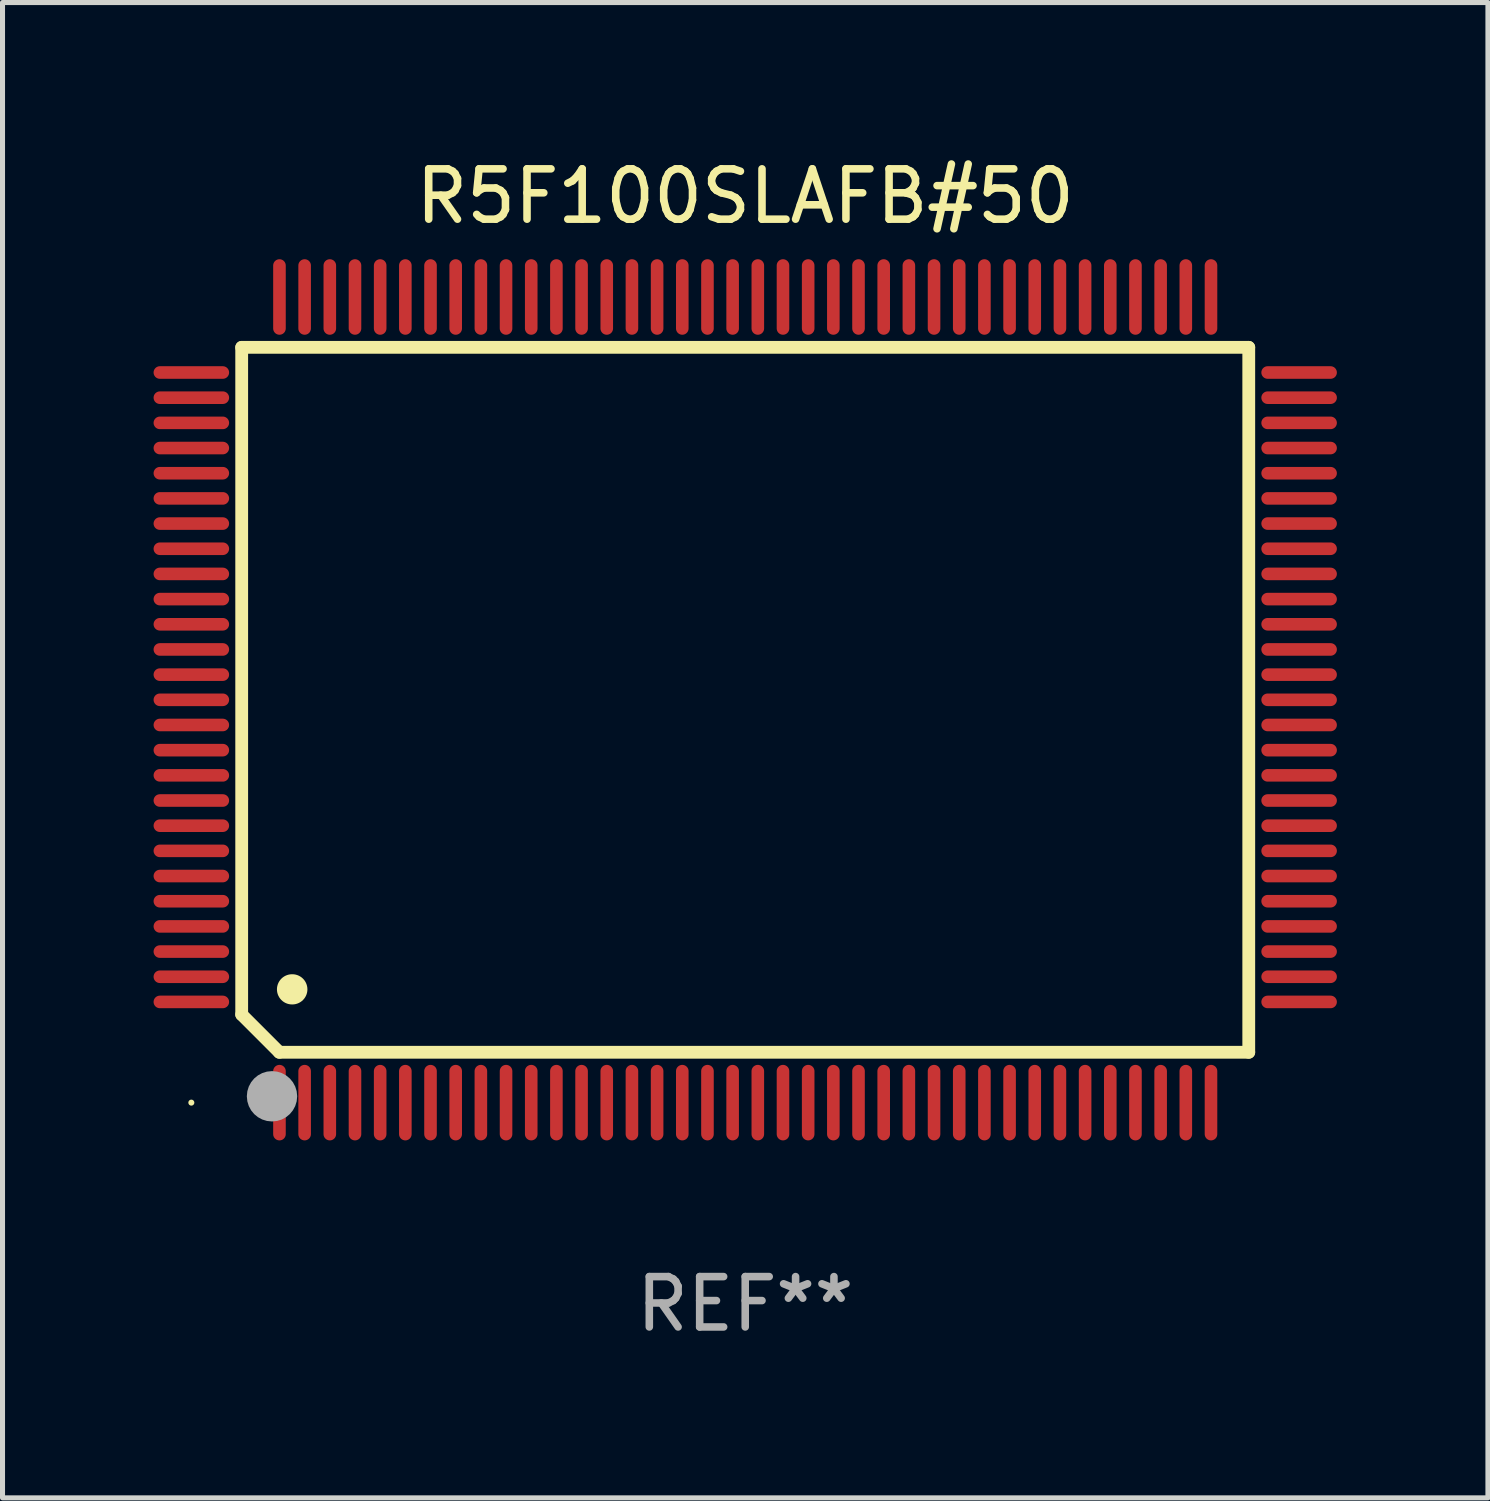
<source format=kicad_pcb>
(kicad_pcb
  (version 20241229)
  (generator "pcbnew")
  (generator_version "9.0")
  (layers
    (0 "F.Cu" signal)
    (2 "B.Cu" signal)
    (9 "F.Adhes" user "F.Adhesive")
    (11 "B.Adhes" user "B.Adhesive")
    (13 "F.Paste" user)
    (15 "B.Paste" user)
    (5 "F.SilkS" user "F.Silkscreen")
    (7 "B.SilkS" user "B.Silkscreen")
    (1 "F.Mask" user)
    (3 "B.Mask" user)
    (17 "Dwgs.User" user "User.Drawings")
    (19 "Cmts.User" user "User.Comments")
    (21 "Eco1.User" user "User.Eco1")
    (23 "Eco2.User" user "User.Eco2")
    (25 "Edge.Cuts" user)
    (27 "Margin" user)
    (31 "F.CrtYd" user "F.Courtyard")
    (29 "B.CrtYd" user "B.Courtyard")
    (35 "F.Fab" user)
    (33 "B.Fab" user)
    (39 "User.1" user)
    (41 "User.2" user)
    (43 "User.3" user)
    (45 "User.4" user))
  (footprint "R5F100SLAFB#50"
    (layer "F.Cu")
    (at 11.75 10.848)
    (property "Reference" "R5F100SLAFB#50" (at 0 -10 0) (layer "F.SilkS") (effects (font (size 1 1) (thickness 0.15))))
    (attr through_hole)
    (fp_line (start -10 -7) (end -10 6.25) (stroke (width 0.254) (type solid)) (layer "F.SilkS"))
    (fp_line (start -10 -7) (end 10 -7) (stroke (width 0.254) (type solid)) (layer "F.SilkS"))
    (fp_line (start -9.252 7) (end -10 6.252) (stroke (width 0.254) (type solid)) (layer "F.SilkS"))
    (fp_line (start 10 -7) (end 10 7) (stroke (width 0.254) (type solid)) (layer "F.SilkS"))
    (fp_line (start 10 7) (end -9.252 7) (stroke (width 0.254) (type solid)) (layer "F.SilkS"))
    (fp_arc (start -9.000025 5.750013) (mid -8.997485 5.750002) (end -8.994945 5.750013) (stroke (width 0.6) (type solid)) (layer "F.SilkS"))
    (fp_circle (center -11 8) (end -10.97 8) (stroke (width 0.06) (type solid)) (fill no) (layer "F.SilkS"))
    (fp_circle (center -9.398 7.874) (end -9.148 7.874) (stroke (width 0.5) (type solid)) (fill no) (layer "F.Fab"))
    (fp_text user "REF**" (at 0 12 0) (layer "F.Fab") (effects (font (size 1 1) (thickness 0.15))))
    (pad "1" smd oval (at -9.25 8) (size 0.25 1.5) (layers "F.Cu" "F.Mask" "F.Paste"))
    (pad "2" smd oval (at -8.75 8) (size 0.25 1.5) (layers "F.Cu" "F.Mask" "F.Paste"))
    (pad "3" smd oval (at -8.25 8) (size 0.25 1.5) (layers "F.Cu" "F.Mask" "F.Paste"))
    (pad "4" smd oval (at -7.75 8) (size 0.25 1.5) (layers "F.Cu" "F.Mask" "F.Paste"))
    (pad "5" smd oval (at -7.25 8) (size 0.25 1.5) (layers "F.Cu" "F.Mask" "F.Paste"))
    (pad "6" smd oval (at -6.75 8) (size 0.25 1.5) (layers "F.Cu" "F.Mask" "F.Paste"))
    (pad "7" smd oval (at -6.25 8) (size 0.25 1.5) (layers "F.Cu" "F.Mask" "F.Paste"))
    (pad "8" smd oval (at -5.75 8) (size 0.25 1.5) (layers "F.Cu" "F.Mask" "F.Paste"))
    (pad "9" smd oval (at -5.25 8) (size 0.25 1.5) (layers "F.Cu" "F.Mask" "F.Paste"))
    (pad "10" smd oval (at -4.75 8) (size 0.25 1.5) (layers "F.Cu" "F.Mask" "F.Paste"))
    (pad "11" smd oval (at -4.25 8) (size 0.25 1.5) (layers "F.Cu" "F.Mask" "F.Paste"))
    (pad "12" smd oval (at -3.75 8) (size 0.25 1.5) (layers "F.Cu" "F.Mask" "F.Paste"))
    (pad "13" smd oval (at -3.25 8) (size 0.25 1.5) (layers "F.Cu" "F.Mask" "F.Paste"))
    (pad "14" smd oval (at -2.75 8) (size 0.25 1.5) (layers "F.Cu" "F.Mask" "F.Paste"))
    (pad "15" smd oval (at -2.25 8) (size 0.25 1.5) (layers "F.Cu" "F.Mask" "F.Paste"))
    (pad "16" smd oval (at -1.75 8) (size 0.25 1.5) (layers "F.Cu" "F.Mask" "F.Paste"))
    (pad "17" smd oval (at -1.25 8) (size 0.25 1.5) (layers "F.Cu" "F.Mask" "F.Paste"))
    (pad "18" smd oval (at -0.75 8) (size 0.25 1.5) (layers "F.Cu" "F.Mask" "F.Paste"))
    (pad "19" smd oval (at -0.25 8) (size 0.25 1.5) (layers "F.Cu" "F.Mask" "F.Paste"))
    (pad "20" smd oval (at 0.25 8) (size 0.25 1.5) (layers "F.Cu" "F.Mask" "F.Paste"))
    (pad "21" smd oval (at 0.75 8) (size 0.25 1.5) (layers "F.Cu" "F.Mask" "F.Paste"))
    (pad "22" smd oval (at 1.25 8) (size 0.25 1.5) (layers "F.Cu" "F.Mask" "F.Paste"))
    (pad "23" smd oval (at 1.75 8) (size 0.25 1.5) (layers "F.Cu" "F.Mask" "F.Paste"))
    (pad "24" smd oval (at 2.25 8) (size 0.25 1.5) (layers "F.Cu" "F.Mask" "F.Paste"))
    (pad "25" smd oval (at 2.75 8) (size 0.25 1.5) (layers "F.Cu" "F.Mask" "F.Paste"))
    (pad "26" smd oval (at 3.25 8) (size 0.25 1.5) (layers "F.Cu" "F.Mask" "F.Paste"))
    (pad "27" smd oval (at 3.75 8) (size 0.25 1.5) (layers "F.Cu" "F.Mask" "F.Paste"))
    (pad "28" smd oval (at 4.25 8) (size 0.25 1.5) (layers "F.Cu" "F.Mask" "F.Paste"))
    (pad "29" smd oval (at 4.75 8) (size 0.25 1.5) (layers "F.Cu" "F.Mask" "F.Paste"))
    (pad "30" smd oval (at 5.25 8) (size 0.25 1.5) (layers "F.Cu" "F.Mask" "F.Paste"))
    (pad "31" smd oval (at 5.75 8) (size 0.25 1.5) (layers "F.Cu" "F.Mask" "F.Paste"))
    (pad "32" smd oval (at 6.25 8) (size 0.25 1.5) (layers "F.Cu" "F.Mask" "F.Paste"))
    (pad "33" smd oval (at 6.75 8 180) (size 0.25 1.5) (layers "F.Cu" "F.Mask" "F.Paste"))
    (pad "34" smd oval (at 7.25 8 180) (size 0.25 1.5) (layers "F.Cu" "F.Mask" "F.Paste"))
    (pad "35" smd oval (at 7.75 8 180) (size 0.25 1.5) (layers "F.Cu" "F.Mask" "F.Paste"))
    (pad "36" smd oval (at 8.25 8 180) (size 0.25 1.5) (layers "F.Cu" "F.Mask" "F.Paste"))
    (pad "37" smd oval (at 8.75 8 180) (size 0.25 1.5) (layers "F.Cu" "F.Mask" "F.Paste"))
    (pad "38" smd oval (at 9.25 8 180) (size 0.25 1.5) (layers "F.Cu" "F.Mask" "F.Paste"))
    (pad "39" smd oval (at 11 6 270) (size 0.25 1.5) (layers "F.Cu" "F.Mask" "F.Paste"))
    (pad "40" smd oval (at 11 5.5 270) (size 0.25 1.5) (layers "F.Cu" "F.Mask" "F.Paste"))
    (pad "41" smd oval (at 11 5 270) (size 0.25 1.5) (layers "F.Cu" "F.Mask" "F.Paste"))
    (pad "42" smd oval (at 11 4.5 270) (size 0.25 1.5) (layers "F.Cu" "F.Mask" "F.Paste"))
    (pad "43" smd oval (at 11 4 270) (size 0.25 1.5) (layers "F.Cu" "F.Mask" "F.Paste"))
    (pad "44" smd oval (at 11 3.5 270) (size 0.25 1.5) (layers "F.Cu" "F.Mask" "F.Paste"))
    (pad "45" smd oval (at 11 3 270) (size 0.25 1.5) (layers "F.Cu" "F.Mask" "F.Paste"))
    (pad "46" smd oval (at 11 2.5 270) (size 0.25 1.5) (layers "F.Cu" "F.Mask" "F.Paste"))
    (pad "47" smd oval (at 11 2 270) (size 0.25 1.5) (layers "F.Cu" "F.Mask" "F.Paste"))
    (pad "48" smd oval (at 11 1.5 270) (size 0.25 1.5) (layers "F.Cu" "F.Mask" "F.Paste"))
    (pad "49" smd oval (at 11 1 270) (size 0.25 1.5) (layers "F.Cu" "F.Mask" "F.Paste"))
    (pad "50" smd oval (at 11 0.5 270) (size 0.25 1.5) (layers "F.Cu" "F.Mask" "F.Paste"))
    (pad "51" smd oval (at 11 0 270) (size 0.25 1.5) (layers "F.Cu" "F.Mask" "F.Paste"))
    (pad "52" smd oval (at 11 -0.5 270) (size 0.25 1.5) (layers "F.Cu" "F.Mask" "F.Paste"))
    (pad "53" smd oval (at 11 -1 270) (size 0.25 1.5) (layers "F.Cu" "F.Mask" "F.Paste"))
    (pad "54" smd oval (at 11 -1.5 270) (size 0.25 1.5) (layers "F.Cu" "F.Mask" "F.Paste"))
    (pad "55" smd oval (at 11 -2 270) (size 0.25 1.5) (layers "F.Cu" "F.Mask" "F.Paste"))
    (pad "56" smd oval (at 11 -2.5 270) (size 0.25 1.5) (layers "F.Cu" "F.Mask" "F.Paste"))
    (pad "57" smd oval (at 11 -3 270) (size 0.25 1.5) (layers "F.Cu" "F.Mask" "F.Paste"))
    (pad "58" smd oval (at 11 -3.5 270) (size 0.25 1.5) (layers "F.Cu" "F.Mask" "F.Paste"))
    (pad "59" smd oval (at 11 -4 270) (size 0.25 1.5) (layers "F.Cu" "F.Mask" "F.Paste"))
    (pad "60" smd oval (at 11 -4.5 270) (size 0.25 1.5) (layers "F.Cu" "F.Mask" "F.Paste"))
    (pad "61" smd oval (at 11 -5 270) (size 0.25 1.5) (layers "F.Cu" "F.Mask" "F.Paste"))
    (pad "62" smd oval (at 11 -5.5 270) (size 0.25 1.5) (layers "F.Cu" "F.Mask" "F.Paste"))
    (pad "63" smd oval (at 11 -6 270) (size 0.25 1.5) (layers "F.Cu" "F.Mask" "F.Paste"))
    (pad "64" smd oval (at 11 -6.5 270) (size 0.25 1.5) (layers "F.Cu" "F.Mask" "F.Paste"))
    (pad "65" smd oval (at 9.25 -8 180) (size 0.25 1.5) (layers "F.Cu" "F.Mask" "F.Paste"))
    (pad "66" smd oval (at 8.75 -8 180) (size 0.25 1.5) (layers "F.Cu" "F.Mask" "F.Paste"))
    (pad "67" smd oval (at 8.25 -8 180) (size 0.25 1.5) (layers "F.Cu" "F.Mask" "F.Paste"))
    (pad "68" smd oval (at 7.75 -8 180) (size 0.25 1.5) (layers "F.Cu" "F.Mask" "F.Paste"))
    (pad "69" smd oval (at 7.25 -8 180) (size 0.25 1.5) (layers "F.Cu" "F.Mask" "F.Paste"))
    (pad "70" smd oval (at 6.75 -8 180) (size 0.25 1.5) (layers "F.Cu" "F.Mask" "F.Paste"))
    (pad "71" smd oval (at 6.25 -8 180) (size 0.25 1.5) (layers "F.Cu" "F.Mask" "F.Paste"))
    (pad "72" smd oval (at 5.75 -8 180) (size 0.25 1.5) (layers "F.Cu" "F.Mask" "F.Paste"))
    (pad "73" smd oval (at 5.25 -8 180) (size 0.25 1.5) (layers "F.Cu" "F.Mask" "F.Paste"))
    (pad "74" smd oval (at 4.75 -8 180) (size 0.25 1.5) (layers "F.Cu" "F.Mask" "F.Paste"))
    (pad "75" smd oval (at 4.25 -8 180) (size 0.25 1.5) (layers "F.Cu" "F.Mask" "F.Paste"))
    (pad "76" smd oval (at 3.75 -8 180) (size 0.25 1.5) (layers "F.Cu" "F.Mask" "F.Paste"))
    (pad "77" smd oval (at 3.25 -8 180) (size 0.25 1.5) (layers "F.Cu" "F.Mask" "F.Paste"))
    (pad "78" smd oval (at 2.75 -8 180) (size 0.25 1.5) (layers "F.Cu" "F.Mask" "F.Paste"))
    (pad "79" smd oval (at 2.25 -8 180) (size 0.25 1.5) (layers "F.Cu" "F.Mask" "F.Paste"))
    (pad "80" smd oval (at 1.75 -8 180) (size 0.25 1.5) (layers "F.Cu" "F.Mask" "F.Paste"))
    (pad "81" smd oval (at 1.25 -8 180) (size 0.25 1.5) (layers "F.Cu" "F.Mask" "F.Paste"))
    (pad "82" smd oval (at 0.75 -8 180) (size 0.25 1.5) (layers "F.Cu" "F.Mask" "F.Paste"))
    (pad "83" smd oval (at 0.25 -8 180) (size 0.25 1.5) (layers "F.Cu" "F.Mask" "F.Paste"))
    (pad "84" smd oval (at -0.25 -8 180) (size 0.25 1.5) (layers "F.Cu" "F.Mask" "F.Paste"))
    (pad "85" smd oval (at -0.75 -8 180) (size 0.25 1.5) (layers "F.Cu" "F.Mask" "F.Paste"))
    (pad "86" smd oval (at -1.25 -8 180) (size 0.25 1.5) (layers "F.Cu" "F.Mask" "F.Paste"))
    (pad "87" smd oval (at -1.75 -8 180) (size 0.25 1.5) (layers "F.Cu" "F.Mask" "F.Paste"))
    (pad "88" smd oval (at -2.25 -8 180) (size 0.25 1.5) (layers "F.Cu" "F.Mask" "F.Paste"))
    (pad "89" smd oval (at -2.75 -8 180) (size 0.25 1.5) (layers "F.Cu" "F.Mask" "F.Paste"))
    (pad "90" smd oval (at -3.25 -8 180) (size 0.25 1.5) (layers "F.Cu" "F.Mask" "F.Paste"))
    (pad "91" smd oval (at -3.75 -8 180) (size 0.25 1.5) (layers "F.Cu" "F.Mask" "F.Paste"))
    (pad "92" smd oval (at -4.25 -8 180) (size 0.25 1.5) (layers "F.Cu" "F.Mask" "F.Paste"))
    (pad "93" smd oval (at -4.75 -8 180) (size 0.25 1.5) (layers "F.Cu" "F.Mask" "F.Paste"))
    (pad "94" smd oval (at -5.25 -8 180) (size 0.25 1.5) (layers "F.Cu" "F.Mask" "F.Paste"))
    (pad "95" smd oval (at -5.75 -8 180) (size 0.25 1.5) (layers "F.Cu" "F.Mask" "F.Paste"))
    (pad "96" smd oval (at -6.25 -8 180) (size 0.25 1.5) (layers "F.Cu" "F.Mask" "F.Paste"))
    (pad "97" smd oval (at -6.75 -8 180) (size 0.25 1.5) (layers "F.Cu" "F.Mask" "F.Paste"))
    (pad "98" smd oval (at -7.25 -8 180) (size 0.25 1.5) (layers "F.Cu" "F.Mask" "F.Paste"))
    (pad "99" smd oval (at -7.75 -8 180) (size 0.25 1.5) (layers "F.Cu" "F.Mask" "F.Paste"))
    (pad "100" smd oval (at -8.25 -8 180) (size 0.25 1.5) (layers "F.Cu" "F.Mask" "F.Paste"))
    (pad "101" smd oval (at -8.75 -8 180) (size 0.25 1.5) (layers "F.Cu" "F.Mask" "F.Paste"))
    (pad "102" smd oval (at -9.25 -8) (size 0.25 1.5) (layers "F.Cu" "F.Mask" "F.Paste"))
    (pad "103" smd oval (at -11 -6.5 270) (size 0.25 1.5) (layers "F.Cu" "F.Mask" "F.Paste"))
    (pad "104" smd oval (at -11 -6 270) (size 0.25 1.5) (layers "F.Cu" "F.Mask" "F.Paste"))
    (pad "105" smd oval (at -11 -5.5 270) (size 0.25 1.5) (layers "F.Cu" "F.Mask" "F.Paste"))
    (pad "106" smd oval (at -11 -5 270) (size 0.25 1.5) (layers "F.Cu" "F.Mask" "F.Paste"))
    (pad "107" smd oval (at -11 -4.5 270) (size 0.25 1.5) (layers "F.Cu" "F.Mask" "F.Paste"))
    (pad "108" smd oval (at -11 -4 270) (size 0.25 1.5) (layers "F.Cu" "F.Mask" "F.Paste"))
    (pad "109" smd oval (at -11 -3.5 270) (size 0.25 1.5) (layers "F.Cu" "F.Mask" "F.Paste"))
    (pad "110" smd oval (at -11 -3 270) (size 0.25 1.5) (layers "F.Cu" "F.Mask" "F.Paste"))
    (pad "111" smd oval (at -11 -2.5 270) (size 0.25 1.5) (layers "F.Cu" "F.Mask" "F.Paste"))
    (pad "112" smd oval (at -11 -2 270) (size 0.25 1.5) (layers "F.Cu" "F.Mask" "F.Paste"))
    (pad "113" smd oval (at -11 -1.5 270) (size 0.25 1.5) (layers "F.Cu" "F.Mask" "F.Paste"))
    (pad "114" smd oval (at -11 -1 270) (size 0.25 1.5) (layers "F.Cu" "F.Mask" "F.Paste"))
    (pad "115" smd oval (at -11 -0.5 270) (size 0.25 1.5) (layers "F.Cu" "F.Mask" "F.Paste"))
    (pad "116" smd oval (at -11 0 270) (size 0.25 1.5) (layers "F.Cu" "F.Mask" "F.Paste"))
    (pad "117" smd oval (at -11 0.5 270) (size 0.25 1.5) (layers "F.Cu" "F.Mask" "F.Paste"))
    (pad "118" smd oval (at -11 1 270) (size 0.25 1.5) (layers "F.Cu" "F.Mask" "F.Paste"))
    (pad "119" smd oval (at -11 1.5 270) (size 0.25 1.5) (layers "F.Cu" "F.Mask" "F.Paste"))
    (pad "120" smd oval (at -11 2 270) (size 0.25 1.5) (layers "F.Cu" "F.Mask" "F.Paste"))
    (pad "121" smd oval (at -11 2.5 270) (size 0.25 1.5) (layers "F.Cu" "F.Mask" "F.Paste"))
    (pad "122" smd oval (at -11 3 270) (size 0.25 1.5) (layers "F.Cu" "F.Mask" "F.Paste"))
    (pad "123" smd oval (at -11 3.5 270) (size 0.25 1.5) (layers "F.Cu" "F.Mask" "F.Paste"))
    (pad "124" smd oval (at -11 4 270) (size 0.25 1.5) (layers "F.Cu" "F.Mask" "F.Paste"))
    (pad "125" smd oval (at -11 4.5 270) (size 0.25 1.5) (layers "F.Cu" "F.Mask" "F.Paste"))
    (pad "126" smd oval (at -11 5 270) (size 0.25 1.5) (layers "F.Cu" "F.Mask" "F.Paste"))
    (pad "127" smd oval (at -11 5.5 270) (size 0.25 1.5) (layers "F.Cu" "F.Mask" "F.Paste"))
    (pad "128" smd oval (at -11 6 270) (size 0.25 1.5) (layers "F.Cu" "F.Mask" "F.Paste")))
  (gr_rect
    (start -3 -3)
    (end 26.5 26.697)
    (stroke (width 0.1) (type default))
    (fill no)
    (layer "Edge.Cuts")))
</source>
